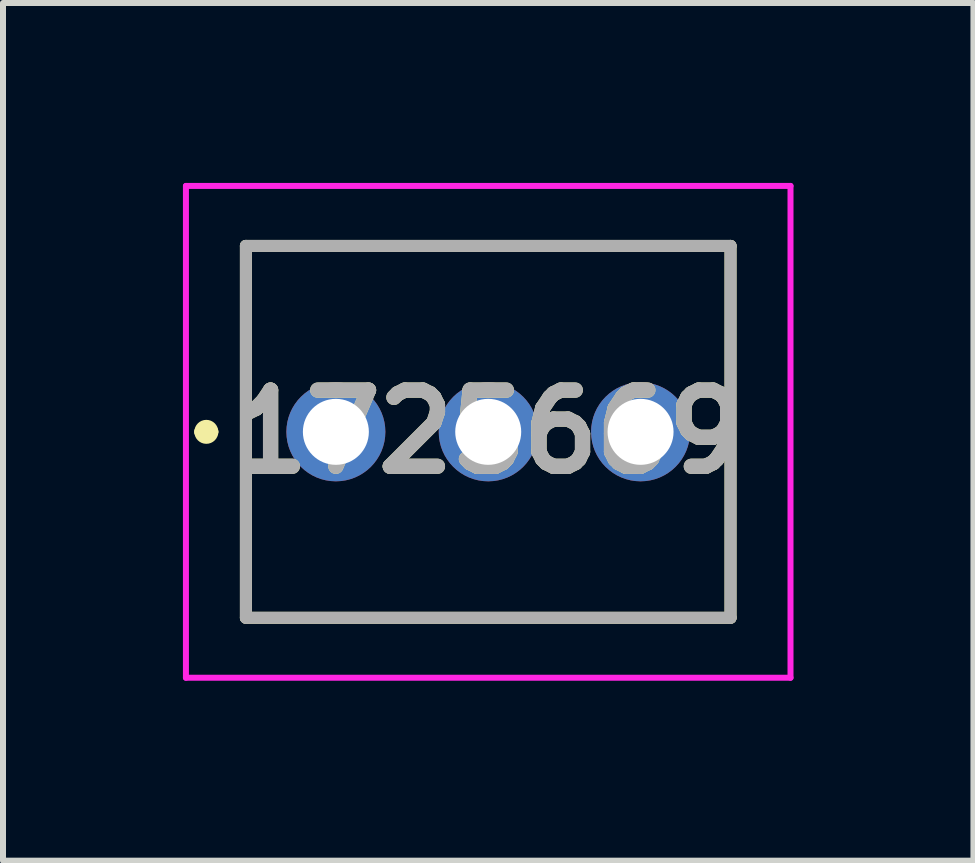
<source format=kicad_pcb>
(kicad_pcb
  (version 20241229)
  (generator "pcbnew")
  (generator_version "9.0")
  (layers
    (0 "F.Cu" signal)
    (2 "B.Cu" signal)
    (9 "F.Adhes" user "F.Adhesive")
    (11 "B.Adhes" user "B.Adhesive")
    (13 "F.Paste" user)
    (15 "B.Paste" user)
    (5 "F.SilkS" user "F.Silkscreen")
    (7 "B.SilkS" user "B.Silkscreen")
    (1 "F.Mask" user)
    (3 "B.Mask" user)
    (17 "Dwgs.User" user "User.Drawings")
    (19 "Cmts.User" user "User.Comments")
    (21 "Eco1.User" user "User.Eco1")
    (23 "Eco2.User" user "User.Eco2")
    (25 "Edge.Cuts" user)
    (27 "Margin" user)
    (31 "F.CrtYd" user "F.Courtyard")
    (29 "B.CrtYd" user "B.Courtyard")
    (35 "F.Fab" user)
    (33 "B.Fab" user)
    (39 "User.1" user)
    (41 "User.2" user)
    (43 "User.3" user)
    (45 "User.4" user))
  (footprint "1725669"
    (layer "F.Cu")
    (at 2.55 4.15)
    (property "Reference" "1725669" (at 2.54 0 0) (layer "F.SilkS") (effects (font (size 1.27 1.27) (thickness 0.254))))
    (attr through_hole)
    (fp_line (start -2.26 0) (end -2.26 0) (stroke (width 0.2) (type solid)) (layer "F.SilkS"))
    (fp_line (start -2.06 0) (end -2.06 0) (stroke (width 0.2) (type solid)) (layer "F.SilkS"))
    (fp_line (start -1.5 -3.1) (end 6.58 -3.1) (stroke (width 0.1) (type solid)) (layer "F.SilkS"))
    (fp_line (start -1.5 -3.1) (end 6.58 -3.1) (stroke (width 0.2) (type solid)) (layer "F.SilkS"))
    (fp_line (start -1.5 3.1) (end -1.5 -3.1) (stroke (width 0.1) (type solid)) (layer "F.SilkS"))
    (fp_line (start -1.5 3.1) (end -1.5 -3.1) (stroke (width 0.2) (type solid)) (layer "F.SilkS"))
    (fp_line (start 6.58 -3.1) (end 6.58 3.1) (stroke (width 0.1) (type solid)) (layer "F.SilkS"))
    (fp_line (start 6.58 -3.1) (end 6.58 3.1) (stroke (width 0.2) (type solid)) (layer "F.SilkS"))
    (fp_line (start 6.58 3.1) (end -1.5 3.1) (stroke (width 0.2) (type solid)) (layer "F.SilkS"))
    (fp_arc (start -2.26 0) (mid -2.16 -0.1) (end -2.06 0) (stroke (width 0.2) (type solid)) (layer "F.SilkS"))
    (fp_arc (start -2.06 0) (mid -2.16 0.1) (end -2.26 0) (stroke (width 0.2) (type solid)) (layer "F.SilkS"))
    (fp_line (start -2.5 -4.1) (end 7.58 -4.1) (stroke (width 0.1) (type solid)) (layer "F.CrtYd"))
    (fp_line (start -2.5 4.1) (end -2.5 -4.1) (stroke (width 0.1) (type solid)) (layer "F.CrtYd"))
    (fp_line (start 7.58 -4.1) (end 7.58 4.1) (stroke (width 0.1) (type solid)) (layer "F.CrtYd"))
    (fp_line (start 7.58 4.1) (end -2.5 4.1) (stroke (width 0.1) (type solid)) (layer "F.CrtYd"))
    (fp_line (start -1.5 -3.1) (end 6.58 -3.1) (stroke (width 0.2) (type solid)) (layer "F.Fab"))
    (fp_line (start -1.5 3.1) (end -1.5 -3.1) (stroke (width 0.2) (type solid)) (layer "F.Fab"))
    (fp_line (start 6.58 -3.1) (end 6.58 3.1) (stroke (width 0.2) (type solid)) (layer "F.Fab"))
    (fp_line (start 6.58 3.1) (end -1.5 3.1) (stroke (width 0.2) (type solid)) (layer "F.Fab"))
    (fp_text user "${REFERENCE}" (at 2.54 0 0) (layer "F.Fab") (effects (font (size 1.27 1.27) (thickness 0.254))))
    (pad "" np_thru_hole circle (at 0 2.54) (size 0.001 0.001) (drill 1.1) (layers "*.Cu" "*.Mask"))
    (pad "" np_thru_hole circle (at 2.54 2.54) (size 0.001 0.001) (drill 1.1) (layers "*.Cu" "*.Mask"))
    (pad "" np_thru_hole circle (at 5.08 2.54) (size 0.001 0.001) (drill 1.1) (layers "*.Cu" "*.Mask"))
    (pad "1" thru_hole circle (at 0 0) (size 1.65 1.65) (drill 1.1) (layers "*.Cu" "*.Mask"))
    (pad "2" thru_hole circle (at 2.54 0) (size 1.65 1.65) (drill 1.1) (layers "*.Cu" "*.Mask"))
    (pad "3" thru_hole circle (at 5.08 0) (size 1.65 1.65) (drill 1.1) (layers "*.Cu" "*.Mask")))
  (gr_rect
    (start -3 -3)
    (end 13.18 11.3)
    (stroke (width 0.1) (type default))
    (fill no)
    (layer "Edge.Cuts")))
</source>
